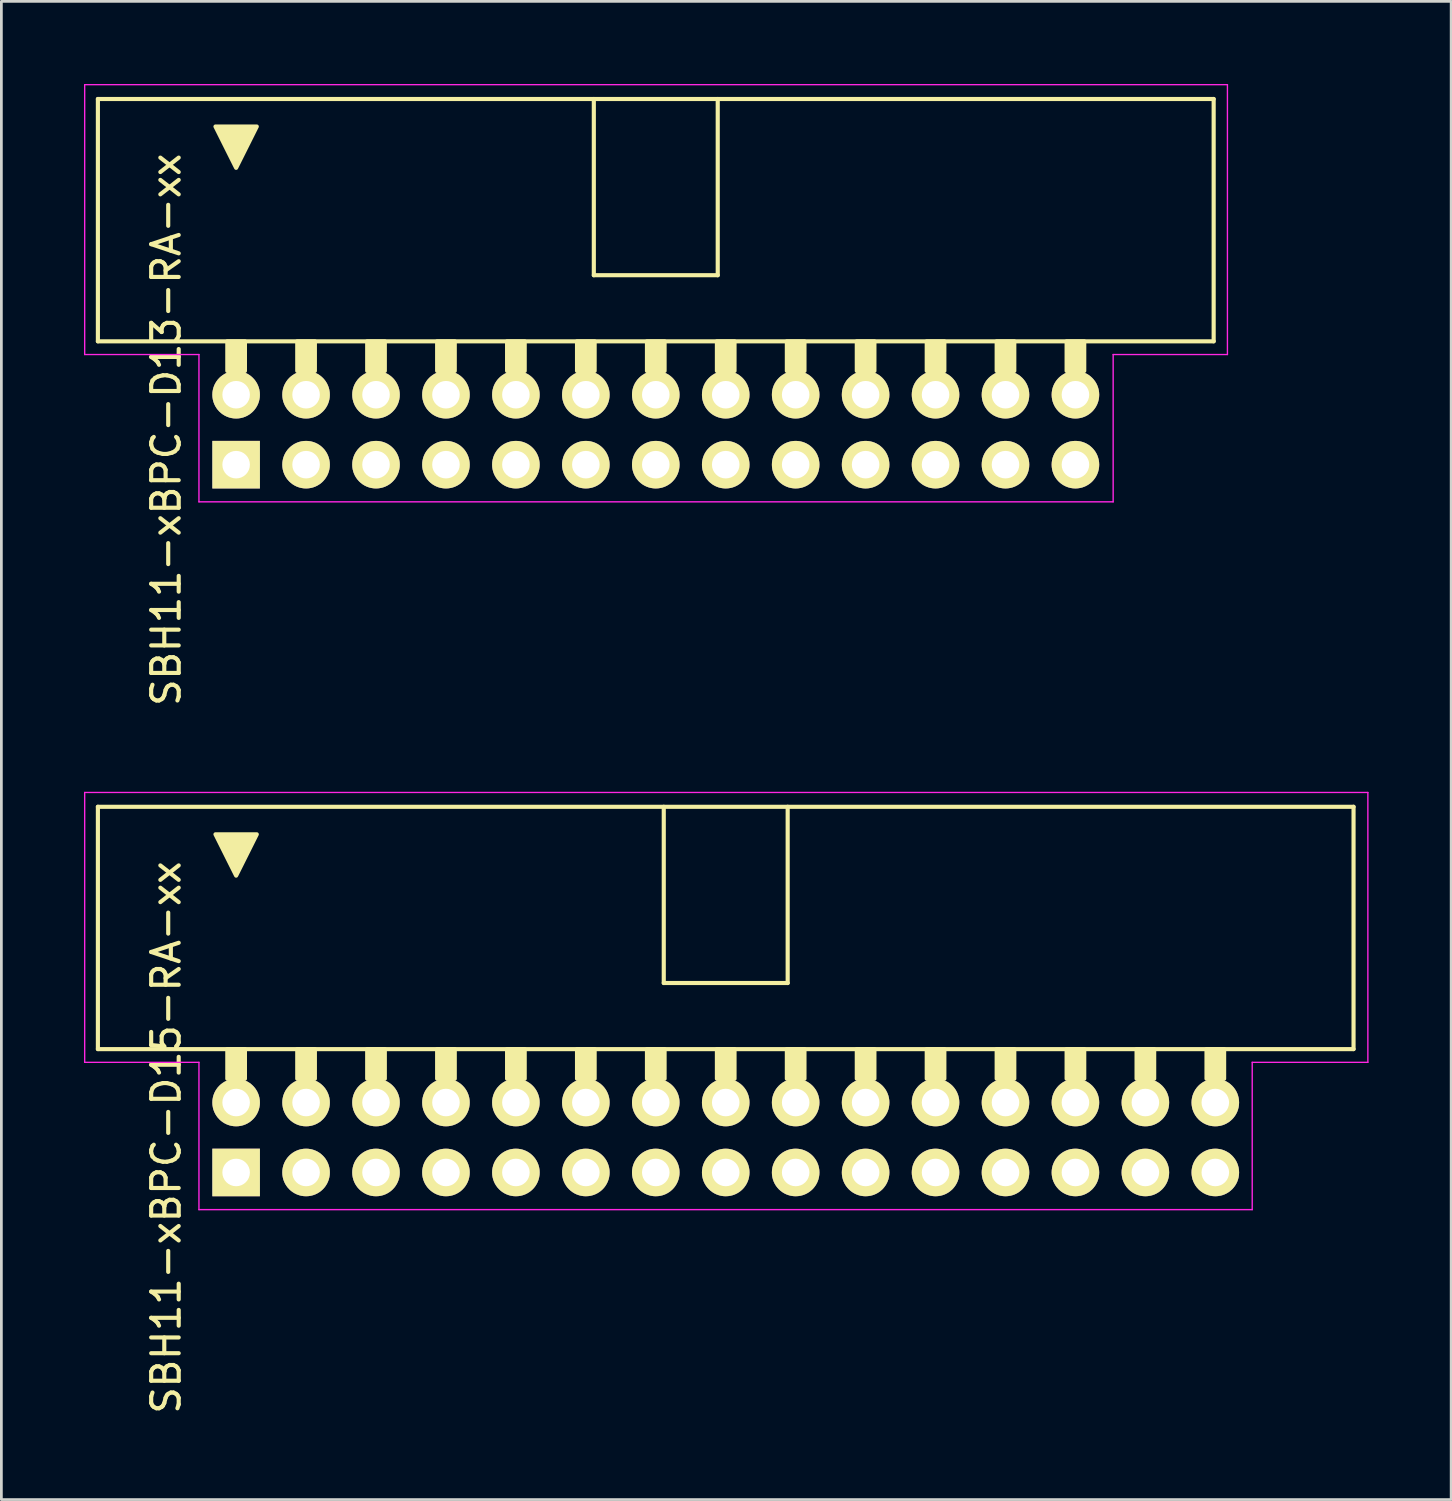
<source format=kicad_pcb>
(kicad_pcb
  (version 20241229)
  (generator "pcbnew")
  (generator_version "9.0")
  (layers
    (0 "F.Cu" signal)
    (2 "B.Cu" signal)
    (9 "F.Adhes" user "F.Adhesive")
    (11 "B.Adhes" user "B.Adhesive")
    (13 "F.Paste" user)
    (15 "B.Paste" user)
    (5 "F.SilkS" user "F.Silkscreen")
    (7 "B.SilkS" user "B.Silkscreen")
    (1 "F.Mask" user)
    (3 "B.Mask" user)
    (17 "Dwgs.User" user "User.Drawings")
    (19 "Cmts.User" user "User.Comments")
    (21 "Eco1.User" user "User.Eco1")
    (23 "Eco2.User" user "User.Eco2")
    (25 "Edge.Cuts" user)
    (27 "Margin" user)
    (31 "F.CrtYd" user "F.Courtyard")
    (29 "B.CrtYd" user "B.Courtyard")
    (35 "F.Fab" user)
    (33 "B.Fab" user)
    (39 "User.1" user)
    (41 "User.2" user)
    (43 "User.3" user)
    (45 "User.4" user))
  (footprint "SBH11-xBPC-D13-RA-xx"
    (layer "F.Cu")
    (at 5.525 13.825)
    (property "Reference" "SBH11-xBPC-D13-RA-xx" (at -2.54 -1.27 270) (layer "F.SilkS") (effects (font (size 1 1) (thickness 0.15))))
    (attr through_hole)
    (fp_line (start -5.02 -13.28) (end -5.02 -4.48) (stroke (width 0.15) (type solid)) (layer "F.SilkS"))
    (fp_line (start -5.02 -13.28) (end 35.5 -13.28) (stroke (width 0.15) (type solid)) (layer "F.SilkS"))
    (fp_line (start -5.02 -4.48) (end 35.5 -4.48) (stroke (width 0.15) (type solid)) (layer "F.SilkS"))
    (fp_line (start 12.99 -6.88) (end 12.99 -13.28) (stroke (width 0.15) (type solid)) (layer "F.SilkS"))
    (fp_line (start 12.99 -6.88) (end 17.49 -6.88) (stroke (width 0.15) (type solid)) (layer "F.SilkS"))
    (fp_line (start 17.49 -6.88) (end 17.49 -13.28) (stroke (width 0.15) (type solid)) (layer "F.SilkS"))
    (fp_line (start 35.5 -13.28) (end 35.5 -4.48) (stroke (width 0.15) (type solid)) (layer "F.SilkS"))
    (fp_poly (pts (xy 0 -10.78) (xy -0.75 -12.28) (xy 0.75 -12.28)) (stroke (width 0.15) (type solid)) (fill yes) (layer "F.SilkS"))
    (fp_poly (pts (xy 0.32 -4.48) (xy -0.32 -4.48) (xy -0.32 -3.404) (xy 0.32 -3.404)) (stroke (width 0.15) (type solid)) (fill yes) (layer "F.SilkS"))
    (fp_poly (pts (xy 2.86 -4.48) (xy 2.22 -4.48) (xy 2.22 -3.404) (xy 2.86 -3.404)) (stroke (width 0.15) (type solid)) (fill yes) (layer "F.SilkS"))
    (fp_poly (pts (xy 5.4 -4.48) (xy 4.76 -4.48) (xy 4.76 -3.404) (xy 5.4 -3.404)) (stroke (width 0.15) (type solid)) (fill yes) (layer "F.SilkS"))
    (fp_poly (pts (xy 7.94 -4.48) (xy 7.3 -4.48) (xy 7.3 -3.404) (xy 7.94 -3.404)) (stroke (width 0.15) (type solid)) (fill yes) (layer "F.SilkS"))
    (fp_poly (pts (xy 10.48 -4.48) (xy 9.84 -4.48) (xy 9.84 -3.404) (xy 10.48 -3.404)) (stroke (width 0.15) (type solid)) (fill yes) (layer "F.SilkS"))
    (fp_poly (pts (xy 13.02 -4.48) (xy 12.38 -4.48) (xy 12.38 -3.404) (xy 13.02 -3.404)) (stroke (width 0.15) (type solid)) (fill yes) (layer "F.SilkS"))
    (fp_poly (pts (xy 15.56 -4.48) (xy 14.92 -4.48) (xy 14.92 -3.404) (xy 15.56 -3.404)) (stroke (width 0.15) (type solid)) (fill yes) (layer "F.SilkS"))
    (fp_poly (pts (xy 18.1 -4.48) (xy 17.46 -4.48) (xy 17.46 -3.404) (xy 18.1 -3.404)) (stroke (width 0.15) (type solid)) (fill yes) (layer "F.SilkS"))
    (fp_poly (pts (xy 20.64 -4.48) (xy 20 -4.48) (xy 20 -3.404) (xy 20.64 -3.404)) (stroke (width 0.15) (type solid)) (fill yes) (layer "F.SilkS"))
    (fp_poly (pts (xy 23.18 -4.48) (xy 22.54 -4.48) (xy 22.54 -3.404) (xy 23.18 -3.404)) (stroke (width 0.15) (type solid)) (fill yes) (layer "F.SilkS"))
    (fp_poly (pts (xy 25.72 -4.48) (xy 25.08 -4.48) (xy 25.08 -3.404) (xy 25.72 -3.404)) (stroke (width 0.15) (type solid)) (fill yes) (layer "F.SilkS"))
    (fp_poly (pts (xy 28.26 -4.48) (xy 27.62 -4.48) (xy 27.62 -3.404) (xy 28.26 -3.404)) (stroke (width 0.15) (type solid)) (fill yes) (layer "F.SilkS"))
    (fp_poly (pts (xy 30.8 -4.48) (xy 30.16 -4.48) (xy 30.16 -3.404) (xy 30.8 -3.404)) (stroke (width 0.15) (type solid)) (fill yes) (layer "F.SilkS"))
    (fp_line (start -5.5 -13.8) (end -5.5 -4) (stroke (width 0.05) (type solid)) (layer "F.CrtYd"))
    (fp_line (start -5.5 -13.8) (end 36 -13.8) (stroke (width 0.05) (type solid)) (layer "F.CrtYd"))
    (fp_line (start -5.5 -4) (end -1.35 -4) (stroke (width 0.05) (type solid)) (layer "F.CrtYd"))
    (fp_line (start -1.35 -4) (end -1.35 1.35) (stroke (width 0.05) (type solid)) (layer "F.CrtYd"))
    (fp_line (start -1.35 1.35) (end 31.85 1.35) (stroke (width 0.05) (type solid)) (layer "F.CrtYd"))
    (fp_line (start 31.85 -4) (end 31.85 1.35) (stroke (width 0.05) (type solid)) (layer "F.CrtYd"))
    (fp_line (start 36 -13.8) (end 36 -4) (stroke (width 0.05) (type solid)) (layer "F.CrtYd"))
    (fp_line (start 36 -4) (end 31.85 -4) (stroke (width 0.05) (type solid)) (layer "F.CrtYd"))
    (pad "1" thru_hole rect (at 0 0) (size 1.727 1.727) (drill 1) (layers "*.Cu" "*.Mask" "F.SilkS"))
    (pad "2" thru_hole circle (at 0 -2.54) (size 1.727 1.727) (drill 1) (layers "*.Cu" "*.Mask" "F.SilkS"))
    (pad "3" thru_hole circle (at 2.54 0) (size 1.727 1.727) (drill 1) (layers "*.Cu" "*.Mask" "F.SilkS"))
    (pad "4" thru_hole circle (at 2.54 -2.54) (size 1.727 1.727) (drill 1) (layers "*.Cu" "*.Mask" "F.SilkS"))
    (pad "5" thru_hole circle (at 5.08 0) (size 1.727 1.727) (drill 1) (layers "*.Cu" "*.Mask" "F.SilkS"))
    (pad "6" thru_hole circle (at 5.08 -2.54) (size 1.727 1.727) (drill 1) (layers "*.Cu" "*.Mask" "F.SilkS"))
    (pad "7" thru_hole circle (at 7.62 0) (size 1.727 1.727) (drill 1) (layers "*.Cu" "*.Mask" "F.SilkS"))
    (pad "8" thru_hole circle (at 7.62 -2.54) (size 1.727 1.727) (drill 1) (layers "*.Cu" "*.Mask" "F.SilkS"))
    (pad "9" thru_hole circle (at 10.16 0) (size 1.727 1.727) (drill 1) (layers "*.Cu" "*.Mask" "F.SilkS"))
    (pad "10" thru_hole circle (at 10.16 -2.54) (size 1.727 1.727) (drill 1) (layers "*.Cu" "*.Mask" "F.SilkS"))
    (pad "11" thru_hole circle (at 12.7 0) (size 1.727 1.727) (drill 1) (layers "*.Cu" "*.Mask" "F.SilkS"))
    (pad "12" thru_hole circle (at 12.7 -2.54) (size 1.727 1.727) (drill 1) (layers "*.Cu" "*.Mask" "F.SilkS"))
    (pad "13" thru_hole circle (at 15.24 0) (size 1.727 1.727) (drill 1) (layers "*.Cu" "*.Mask" "F.SilkS"))
    (pad "14" thru_hole circle (at 15.24 -2.54) (size 1.727 1.727) (drill 1) (layers "*.Cu" "*.Mask" "F.SilkS"))
    (pad "15" thru_hole circle (at 17.78 0) (size 1.727 1.727) (drill 1) (layers "*.Cu" "*.Mask" "F.SilkS"))
    (pad "16" thru_hole circle (at 17.78 -2.54) (size 1.727 1.727) (drill 1) (layers "*.Cu" "*.Mask" "F.SilkS"))
    (pad "17" thru_hole circle (at 20.32 0) (size 1.727 1.727) (drill 1) (layers "*.Cu" "*.Mask" "F.SilkS"))
    (pad "18" thru_hole circle (at 20.32 -2.54) (size 1.727 1.727) (drill 1) (layers "*.Cu" "*.Mask" "F.SilkS"))
    (pad "19" thru_hole circle (at 22.86 0) (size 1.727 1.727) (drill 1) (layers "*.Cu" "*.Mask" "F.SilkS"))
    (pad "20" thru_hole circle (at 22.86 -2.54) (size 1.727 1.727) (drill 1) (layers "*.Cu" "*.Mask" "F.SilkS"))
    (pad "21" thru_hole circle (at 25.4 0) (size 1.727 1.727) (drill 1) (layers "*.Cu" "*.Mask" "F.SilkS"))
    (pad "22" thru_hole circle (at 25.4 -2.54) (size 1.727 1.727) (drill 1) (layers "*.Cu" "*.Mask" "F.SilkS"))
    (pad "23" thru_hole circle (at 27.94 0) (size 1.727 1.727) (drill 1) (layers "*.Cu" "*.Mask" "F.SilkS"))
    (pad "24" thru_hole circle (at 27.94 -2.54) (size 1.727 1.727) (drill 1) (layers "*.Cu" "*.Mask" "F.SilkS"))
    (pad "25" thru_hole circle (at 30.48 0) (size 1.727 1.727) (drill 1) (layers "*.Cu" "*.Mask" "F.SilkS"))
    (pad "26" thru_hole circle (at 30.48 -2.54) (size 1.727 1.727) (drill 1) (layers "*.Cu" "*.Mask" "F.SilkS")))
  (footprint "SBH11-xBPC-D15-RA-xx"
    (layer "F.Cu")
    (at 5.525 39.529)
    (property "Reference" "SBH11-xBPC-D15-RA-xx" (at -2.54 -1.27 270) (layer "F.SilkS") (effects (font (size 1 1) (thickness 0.15))))
    (attr through_hole)
    (fp_line (start -5.02 -13.28) (end -5.02 -4.48) (stroke (width 0.15) (type solid)) (layer "F.SilkS"))
    (fp_line (start -5.02 -13.28) (end 40.58 -13.28) (stroke (width 0.15) (type solid)) (layer "F.SilkS"))
    (fp_line (start -5.02 -4.48) (end 40.58 -4.48) (stroke (width 0.15) (type solid)) (layer "F.SilkS"))
    (fp_line (start 15.53 -6.88) (end 15.53 -13.28) (stroke (width 0.15) (type solid)) (layer "F.SilkS"))
    (fp_line (start 15.53 -6.88) (end 20.03 -6.88) (stroke (width 0.15) (type solid)) (layer "F.SilkS"))
    (fp_line (start 20.03 -6.88) (end 20.03 -13.28) (stroke (width 0.15) (type solid)) (layer "F.SilkS"))
    (fp_line (start 40.58 -13.28) (end 40.58 -4.48) (stroke (width 0.15) (type solid)) (layer "F.SilkS"))
    (fp_poly (pts (xy 0 -10.78) (xy -0.75 -12.28) (xy 0.75 -12.28)) (stroke (width 0.15) (type solid)) (fill yes) (layer "F.SilkS"))
    (fp_poly (pts (xy 0.32 -4.48) (xy -0.32 -4.48) (xy -0.32 -3.404) (xy 0.32 -3.404)) (stroke (width 0.15) (type solid)) (fill yes) (layer "F.SilkS"))
    (fp_poly (pts (xy 2.86 -4.48) (xy 2.22 -4.48) (xy 2.22 -3.404) (xy 2.86 -3.404)) (stroke (width 0.15) (type solid)) (fill yes) (layer "F.SilkS"))
    (fp_poly (pts (xy 5.4 -4.48) (xy 4.76 -4.48) (xy 4.76 -3.404) (xy 5.4 -3.404)) (stroke (width 0.15) (type solid)) (fill yes) (layer "F.SilkS"))
    (fp_poly (pts (xy 7.94 -4.48) (xy 7.3 -4.48) (xy 7.3 -3.404) (xy 7.94 -3.404)) (stroke (width 0.15) (type solid)) (fill yes) (layer "F.SilkS"))
    (fp_poly (pts (xy 10.48 -4.48) (xy 9.84 -4.48) (xy 9.84 -3.404) (xy 10.48 -3.404)) (stroke (width 0.15) (type solid)) (fill yes) (layer "F.SilkS"))
    (fp_poly (pts (xy 13.02 -4.48) (xy 12.38 -4.48) (xy 12.38 -3.404) (xy 13.02 -3.404)) (stroke (width 0.15) (type solid)) (fill yes) (layer "F.SilkS"))
    (fp_poly (pts (xy 15.56 -4.48) (xy 14.92 -4.48) (xy 14.92 -3.404) (xy 15.56 -3.404)) (stroke (width 0.15) (type solid)) (fill yes) (layer "F.SilkS"))
    (fp_poly (pts (xy 18.1 -4.48) (xy 17.46 -4.48) (xy 17.46 -3.404) (xy 18.1 -3.404)) (stroke (width 0.15) (type solid)) (fill yes) (layer "F.SilkS"))
    (fp_poly (pts (xy 20.64 -4.48) (xy 20 -4.48) (xy 20 -3.404) (xy 20.64 -3.404)) (stroke (width 0.15) (type solid)) (fill yes) (layer "F.SilkS"))
    (fp_poly (pts (xy 23.18 -4.48) (xy 22.54 -4.48) (xy 22.54 -3.404) (xy 23.18 -3.404)) (stroke (width 0.15) (type solid)) (fill yes) (layer "F.SilkS"))
    (fp_poly (pts (xy 25.72 -4.48) (xy 25.08 -4.48) (xy 25.08 -3.404) (xy 25.72 -3.404)) (stroke (width 0.15) (type solid)) (fill yes) (layer "F.SilkS"))
    (fp_poly (pts (xy 28.26 -4.48) (xy 27.62 -4.48) (xy 27.62 -3.404) (xy 28.26 -3.404)) (stroke (width 0.15) (type solid)) (fill yes) (layer "F.SilkS"))
    (fp_poly (pts (xy 30.8 -4.48) (xy 30.16 -4.48) (xy 30.16 -3.404) (xy 30.8 -3.404)) (stroke (width 0.15) (type solid)) (fill yes) (layer "F.SilkS"))
    (fp_poly (pts (xy 33.34 -4.48) (xy 32.7 -4.48) (xy 32.7 -3.404) (xy 33.34 -3.404)) (stroke (width 0.15) (type solid)) (fill yes) (layer "F.SilkS"))
    (fp_poly (pts (xy 35.88 -4.48) (xy 35.24 -4.48) (xy 35.24 -3.404) (xy 35.88 -3.404)) (stroke (width 0.15) (type solid)) (fill yes) (layer "F.SilkS"))
    (fp_line (start -5.5 -13.8) (end -5.5 -4) (stroke (width 0.05) (type solid)) (layer "F.CrtYd"))
    (fp_line (start -5.5 -13.8) (end 41.1 -13.8) (stroke (width 0.05) (type solid)) (layer "F.CrtYd"))
    (fp_line (start -5.5 -4) (end -1.35 -4) (stroke (width 0.05) (type solid)) (layer "F.CrtYd"))
    (fp_line (start -1.35 -4) (end -1.35 1.35) (stroke (width 0.05) (type solid)) (layer "F.CrtYd"))
    (fp_line (start -1.35 1.35) (end 36.9 1.35) (stroke (width 0.05) (type solid)) (layer "F.CrtYd"))
    (fp_line (start 36.9 -4) (end 36.9 1.35) (stroke (width 0.05) (type solid)) (layer "F.CrtYd"))
    (fp_line (start 41.1 -13.8) (end 41.1 -4) (stroke (width 0.05) (type solid)) (layer "F.CrtYd"))
    (fp_line (start 41.1 -4) (end 36.9 -4) (stroke (width 0.05) (type solid)) (layer "F.CrtYd"))
    (pad "1" thru_hole rect (at 0 0) (size 1.727 1.727) (drill 1) (layers "*.Cu" "*.Mask" "F.SilkS"))
    (pad "2" thru_hole circle (at 0 -2.54) (size 1.727 1.727) (drill 1) (layers "*.Cu" "*.Mask" "F.SilkS"))
    (pad "3" thru_hole circle (at 2.54 0) (size 1.727 1.727) (drill 1) (layers "*.Cu" "*.Mask" "F.SilkS"))
    (pad "4" thru_hole circle (at 2.54 -2.54) (size 1.727 1.727) (drill 1) (layers "*.Cu" "*.Mask" "F.SilkS"))
    (pad "5" thru_hole circle (at 5.08 0) (size 1.727 1.727) (drill 1) (layers "*.Cu" "*.Mask" "F.SilkS"))
    (pad "6" thru_hole circle (at 5.08 -2.54) (size 1.727 1.727) (drill 1) (layers "*.Cu" "*.Mask" "F.SilkS"))
    (pad "7" thru_hole circle (at 7.62 0) (size 1.727 1.727) (drill 1) (layers "*.Cu" "*.Mask" "F.SilkS"))
    (pad "8" thru_hole circle (at 7.62 -2.54) (size 1.727 1.727) (drill 1) (layers "*.Cu" "*.Mask" "F.SilkS"))
    (pad "9" thru_hole circle (at 10.16 0) (size 1.727 1.727) (drill 1) (layers "*.Cu" "*.Mask" "F.SilkS"))
    (pad "10" thru_hole circle (at 10.16 -2.54) (size 1.727 1.727) (drill 1) (layers "*.Cu" "*.Mask" "F.SilkS"))
    (pad "11" thru_hole circle (at 12.7 0) (size 1.727 1.727) (drill 1) (layers "*.Cu" "*.Mask" "F.SilkS"))
    (pad "12" thru_hole circle (at 12.7 -2.54) (size 1.727 1.727) (drill 1) (layers "*.Cu" "*.Mask" "F.SilkS"))
    (pad "13" thru_hole circle (at 15.24 0) (size 1.727 1.727) (drill 1) (layers "*.Cu" "*.Mask" "F.SilkS"))
    (pad "14" thru_hole circle (at 15.24 -2.54) (size 1.727 1.727) (drill 1) (layers "*.Cu" "*.Mask" "F.SilkS"))
    (pad "15" thru_hole circle (at 17.78 0) (size 1.727 1.727) (drill 1) (layers "*.Cu" "*.Mask" "F.SilkS"))
    (pad "16" thru_hole circle (at 17.78 -2.54) (size 1.727 1.727) (drill 1) (layers "*.Cu" "*.Mask" "F.SilkS"))
    (pad "17" thru_hole circle (at 20.32 0) (size 1.727 1.727) (drill 1) (layers "*.Cu" "*.Mask" "F.SilkS"))
    (pad "18" thru_hole circle (at 20.32 -2.54) (size 1.727 1.727) (drill 1) (layers "*.Cu" "*.Mask" "F.SilkS"))
    (pad "19" thru_hole circle (at 22.86 0) (size 1.727 1.727) (drill 1) (layers "*.Cu" "*.Mask" "F.SilkS"))
    (pad "20" thru_hole circle (at 22.86 -2.54) (size 1.727 1.727) (drill 1) (layers "*.Cu" "*.Mask" "F.SilkS"))
    (pad "21" thru_hole circle (at 25.4 0) (size 1.727 1.727) (drill 1) (layers "*.Cu" "*.Mask" "F.SilkS"))
    (pad "22" thru_hole circle (at 25.4 -2.54) (size 1.727 1.727) (drill 1) (layers "*.Cu" "*.Mask" "F.SilkS"))
    (pad "23" thru_hole circle (at 27.94 0) (size 1.727 1.727) (drill 1) (layers "*.Cu" "*.Mask" "F.SilkS"))
    (pad "24" thru_hole circle (at 27.94 -2.54) (size 1.727 1.727) (drill 1) (layers "*.Cu" "*.Mask" "F.SilkS"))
    (pad "25" thru_hole circle (at 30.48 0) (size 1.727 1.727) (drill 1) (layers "*.Cu" "*.Mask" "F.SilkS"))
    (pad "26" thru_hole circle (at 30.48 -2.54) (size 1.727 1.727) (drill 1) (layers "*.Cu" "*.Mask" "F.SilkS"))
    (pad "27" thru_hole circle (at 33.02 0) (size 1.727 1.727) (drill 1) (layers "*.Cu" "*.Mask" "F.SilkS"))
    (pad "28" thru_hole circle (at 33.02 -2.54) (size 1.727 1.727) (drill 1) (layers "*.Cu" "*.Mask" "F.SilkS"))
    (pad "29" thru_hole circle (at 35.56 0) (size 1.727 1.727) (drill 1) (layers "*.Cu" "*.Mask" "F.SilkS"))
    (pad "30" thru_hole circle (at 35.56 -2.54) (size 1.727 1.727) (drill 1) (layers "*.Cu" "*.Mask" "F.SilkS")))
  (gr_rect
    (start -3 -3)
    (end 49.65 51.408)
    (stroke (width 0.1) (type default))
    (fill no)
    (layer "Edge.Cuts")))
</source>
